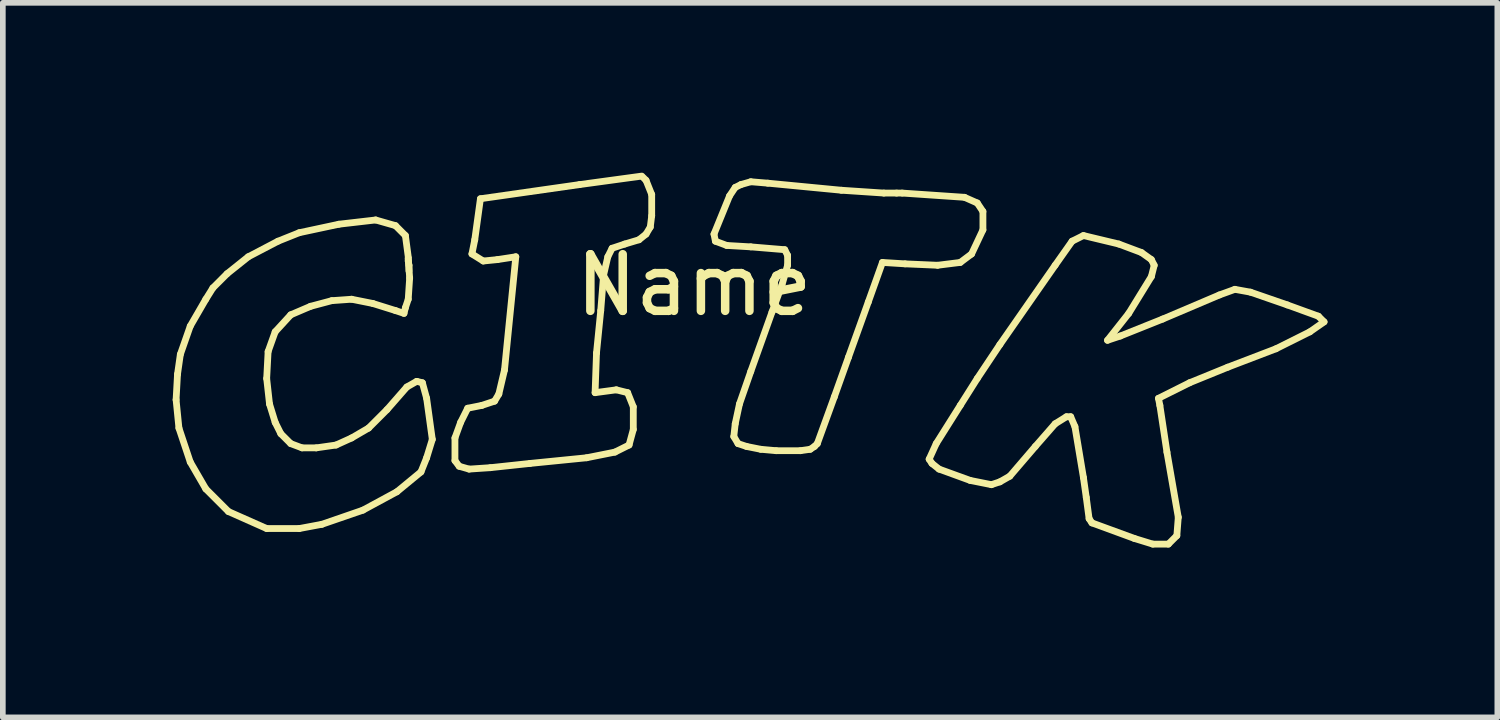
<source format=kicad_pcb>
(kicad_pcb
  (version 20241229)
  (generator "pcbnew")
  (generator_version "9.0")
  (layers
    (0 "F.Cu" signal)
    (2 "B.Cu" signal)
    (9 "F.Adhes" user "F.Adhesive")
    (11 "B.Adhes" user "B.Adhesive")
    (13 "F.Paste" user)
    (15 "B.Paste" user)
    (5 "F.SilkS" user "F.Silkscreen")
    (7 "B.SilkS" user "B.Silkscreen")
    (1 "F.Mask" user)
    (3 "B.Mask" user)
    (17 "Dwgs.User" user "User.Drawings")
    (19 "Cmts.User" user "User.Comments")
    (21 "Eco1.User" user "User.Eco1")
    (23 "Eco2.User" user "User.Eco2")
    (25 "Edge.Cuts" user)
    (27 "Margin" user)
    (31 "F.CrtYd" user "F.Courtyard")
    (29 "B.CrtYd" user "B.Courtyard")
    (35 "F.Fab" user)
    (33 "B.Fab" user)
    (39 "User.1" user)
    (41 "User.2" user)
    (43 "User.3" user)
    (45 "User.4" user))
  (footprint "Name"
    (layer "F.Cu")
    (at 9.21 2.485)
    (property "Reference" "Name" (at 0 -0.5 0) (unlocked yes) (layer "F.SilkS") (effects (font (size 1 1) (thickness 0.15))))
    (fp_poly (pts (xy -5.41 -1.35) (xy -5.284 -1.153) (xy -5.245 -0.786) (xy -5.243 -0.663) (xy -5.241 -0.182) (xy -5.592 -0.305) (xy -6.152 -0.397) (xy -6.716 -0.313) (xy -7.204 -0.071) (xy -7.343 0.048) (xy -7.541 0.268) (xy -7.649 0.479) (xy -7.693 0.764) (xy -7.701 1.139) (xy -7.645 1.764) (xy -7.47 2.201) (xy -7.17 2.462) (xy -6.81 2.553) (xy -6.299 2.499) (xy -5.794 2.239) (xy -5.322 1.818) (xy -4.929 1.401) (xy -4.848 1.941) (xy -4.823 2.312) (xy -4.9 2.598) (xy -5.109 2.841) (xy -5.482 3.082) (xy -5.871 3.278) (xy -6.594 3.536) (xy -7.266 3.605) (xy -7.857 3.485) (xy -8.079 3.374) (xy -8.426 3.053) (xy -8.728 2.562) (xy -8.736 2.545) (xy -8.971 1.804) (xy -8.993 1.086) (xy -8.817 0.416) (xy -8.459 -0.184) (xy -7.935 -0.691) (xy -7.259 -1.081) (xy -6.448 -1.332) (xy -6.101 -1.386) (xy -5.667 -1.415)) (stroke (width 0) (type solid)) (fill yes) (layer "F.Mask"))
    (fp_poly (pts (xy 1.362 -2.176) (xy 1.735 -2.137) (xy 2.23 -2.09) (xy 2.794 -2.039) (xy 3.373 -1.988) (xy 3.913 -1.944) (xy 4.36 -1.909) (xy 4.661 -1.89) (xy 4.741 -1.887) (xy 4.91 -1.805) (xy 4.919 -1.566) (xy 4.814 -1.274) (xy 4.725 -1.123) (xy 4.594 -1.041) (xy 4.357 -1.01) (xy 3.955 -1.011) (xy 3.945 -1.012) (xy 3.203 -1.028) (xy 2.607 0.631) (xy 2.011 2.29) (xy 1.617 2.309) (xy 1.269 2.301) (xy 0.982 2.253) (xy 0.981 2.252) (xy 0.891 2.215) (xy 0.842 2.15) (xy 0.84 2.023) (xy 0.891 1.803) (xy 1.003 1.454) (xy 1.183 0.946) (xy 1.338 0.516) (xy 1.576 -0.145) (xy 1.735 -0.621) (xy 1.807 -0.941) (xy 1.787 -1.139) (xy 1.668 -1.244) (xy 1.444 -1.287) (xy 1.108 -1.3) (xy 0.966 -1.303) (xy 0.669 -1.323) (xy 0.497 -1.359) (xy 0.479 -1.375) (xy 0.52 -1.511) (xy 0.619 -1.769) (xy 0.647 -1.838) (xy 0.76 -2.077) (xy 0.885 -2.186) (xy 1.101 -2.202)) (stroke (width 0) (type solid)) (fill yes) (layer "F.Mask"))
    (fp_poly (pts (xy -0.925 -2.129) (xy -0.894 -1.882) (xy -0.894 -1.835) (xy -0.918 -1.561) (xy -1.039 -1.431) (xy -1.282 -1.366) (xy -1.431 -1.337) (xy -1.541 -1.292) (xy -1.623 -1.198) (xy -1.684 -1.024) (xy -1.735 -0.738) (xy -1.784 -0.305) (xy -1.841 0.304) (xy -1.88 0.732) (xy -1.956 1.577) (xy -1.596 1.524) (xy -1.353 1.506) (xy -1.255 1.592) (xy -1.237 1.845) (xy -1.237 1.855) (xy -1.275 2.13) (xy -1.368 2.285) (xy -1.38 2.29) (xy -1.596 2.34) (xy -1.957 2.397) (xy -2.405 2.455) (xy -2.886 2.508) (xy -3.346 2.551) (xy -3.728 2.577) (xy -3.978 2.581) (xy -4.045 2.568) (xy -4.061 2.407) (xy -4.027 2.137) (xy -4.026 2.136) (xy -3.933 1.88) (xy -3.738 1.773) (xy -3.598 1.752) (xy -3.456 1.734) (xy -3.35 1.691) (xy -3.272 1.59) (xy -3.211 1.4) (xy -3.16 1.089) (xy -3.108 0.624) (xy -3.048 -0.026) (xy -3.025 -0.291) (xy -2.948 -1.155) (xy -3.35 -1.108) (xy -3.617 -1.088) (xy -3.713 -1.153) (xy -3.695 -1.362) (xy -3.68 -1.445) (xy -3.626 -1.71) (xy -3.59 -1.851) (xy -3.588 -1.855) (xy -3.476 -1.879) (xy -3.193 -1.925) (xy -2.794 -1.986) (xy -2.333 -2.054) (xy -1.867 -2.12) (xy -1.45 -2.177) (xy -1.138 -2.216) (xy -0.988 -2.23)) (stroke (width 0) (type solid)) (fill yes) (layer "F.Mask"))
    (fp_poly (pts (xy 7.226 -1.134) (xy 7.533 -1.043) (xy 7.808 -0.943) (xy 7.969 -0.858) (xy 7.981 -0.845) (xy 7.946 -0.714) (xy 7.801 -0.453) (xy 7.575 -0.114) (xy 7.522 -0.039) (xy 7.281 0.302) (xy 7.111 0.564) (xy 7.041 0.701) (xy 7.041 0.709) (xy 7.155 0.682) (xy 7.436 0.581) (xy 7.843 0.421) (xy 8.327 0.222) (xy 9.575 -0.302) (xy 10.233 -0.104) (xy 10.581 0.012) (xy 10.82 0.111) (xy 10.891 0.164) (xy 10.79 0.228) (xy 10.514 0.352) (xy 10.103 0.519) (xy 9.597 0.713) (xy 9.506 0.747) (xy 8.982 0.949) (xy 8.54 1.135) (xy 8.224 1.286) (xy 8.074 1.382) (xy 8.069 1.39) (xy 8.067 1.551) (xy 8.102 1.884) (xy 8.168 2.336) (xy 8.237 2.735) (xy 8.337 3.301) (xy 8.383 3.671) (xy 8.355 3.875) (xy 8.237 3.94) (xy 8.009 3.898) (xy 7.654 3.777) (xy 7.613 3.762) (xy 7.137 3.594) (xy 6.994 2.627) (xy 6.916 2.152) (xy 6.847 1.861) (xy 6.768 1.712) (xy 6.664 1.662) (xy 6.626 1.66) (xy 6.485 1.69) (xy 6.321 1.8) (xy 6.101 2.018) (xy 5.793 2.376) (xy 5.594 2.62) (xy 5.409 2.826) (xy 5.247 2.893) (xy 5.007 2.847) (xy 4.877 2.806) (xy 4.571 2.696) (xy 4.362 2.598) (xy 4.333 2.577) (xy 4.375 2.47) (xy 4.525 2.21) (xy 4.761 1.832) (xy 5.061 1.369) (xy 5.401 0.856) (xy 5.759 0.326) (xy 6.112 -0.185) (xy 6.437 -0.644) (xy 6.711 -1.016) (xy 6.844 -1.187) (xy 6.97 -1.19)) (stroke (width 0) (type solid)) (fill yes) (layer "F.Mask"))
    (fp_line (start -9.15 1.525) (end -9.1 2.025) (stroke (width 0.12) (type solid)) (layer "F.SilkS"))
    (fp_line (start -9.125 1.075) (end -9.15 1.525) (stroke (width 0.12) (type solid)) (layer "F.SilkS"))
    (fp_line (start -9.1 2.025) (end -8.9 2.625) (stroke (width 0.12) (type solid)) (layer "F.SilkS"))
    (fp_line (start -9.075 0.725) (end -9.125 1.075) (stroke (width 0.12) (type solid)) (layer "F.SilkS"))
    (fp_line (start -8.9 0.225) (end -9.075 0.725) (stroke (width 0.12) (type solid)) (layer "F.SilkS"))
    (fp_line (start -8.9 2.625) (end -8.625 3.1) (stroke (width 0.12) (type solid)) (layer "F.SilkS"))
    (fp_line (start -8.625 -0.25) (end -8.9 0.225) (stroke (width 0.12) (type solid)) (layer "F.SilkS"))
    (fp_line (start -8.625 3.1) (end -8.225 3.5) (stroke (width 0.12) (type solid)) (layer "F.SilkS"))
    (fp_line (start -8.5 -0.45) (end -8.625 -0.25) (stroke (width 0.12) (type solid)) (layer "F.SilkS"))
    (fp_line (start -8.25 -0.7) (end -8.5 -0.45) (stroke (width 0.12) (type solid)) (layer "F.SilkS"))
    (fp_line (start -8.225 3.5) (end -7.55 3.8) (stroke (width 0.12) (type solid)) (layer "F.SilkS"))
    (fp_line (start -7.875 -1) (end -8.25 -0.7) (stroke (width 0.12) (type solid)) (layer "F.SilkS"))
    (fp_line (start -7.55 1.15) (end -7.525 0.675) (stroke (width 0.12) (type solid)) (layer "F.SilkS"))
    (fp_line (start -7.55 3.8) (end -6.975 3.8) (stroke (width 0.12) (type solid)) (layer "F.SilkS"))
    (fp_line (start -7.525 0.675) (end -7.4 0.325) (stroke (width 0.12) (type solid)) (layer "F.SilkS"))
    (fp_line (start -7.5 1.6) (end -7.55 1.15) (stroke (width 0.12) (type solid)) (layer "F.SilkS"))
    (fp_line (start -7.4 0.325) (end -7.125 0.025) (stroke (width 0.12) (type solid)) (layer "F.SilkS"))
    (fp_line (start -7.4 1.925) (end -7.5 1.6) (stroke (width 0.12) (type solid)) (layer "F.SilkS"))
    (fp_line (start -7.35 -1.275) (end -7.875 -1) (stroke (width 0.12) (type solid)) (layer "F.SilkS"))
    (fp_line (start -7.3 2.125) (end -7.4 1.925) (stroke (width 0.12) (type solid)) (layer "F.SilkS"))
    (fp_line (start -7.125 0.025) (end -6.775 -0.125) (stroke (width 0.12) (type solid)) (layer "F.SilkS"))
    (fp_line (start -7.125 2.3) (end -7.3 2.125) (stroke (width 0.12) (type solid)) (layer "F.SilkS"))
    (fp_line (start -6.975 -1.425) (end -7.35 -1.275) (stroke (width 0.12) (type solid)) (layer "F.SilkS"))
    (fp_line (start -6.975 3.8) (end -6.575 3.725) (stroke (width 0.12) (type solid)) (layer "F.SilkS"))
    (fp_line (start -6.925 2.375) (end -7.125 2.3) (stroke (width 0.12) (type solid)) (layer "F.SilkS"))
    (fp_line (start -6.775 -0.125) (end -6.4 -0.225) (stroke (width 0.12) (type solid)) (layer "F.SilkS"))
    (fp_line (start -6.675 2.375) (end -6.925 2.375) (stroke (width 0.12) (type solid)) (layer "F.SilkS"))
    (fp_line (start -6.575 3.725) (end -5.85 3.475) (stroke (width 0.12) (type solid)) (layer "F.SilkS"))
    (fp_line (start -6.4 -0.225) (end -6.05 -0.25) (stroke (width 0.12) (type solid)) (layer "F.SilkS"))
    (fp_line (start -6.325 2.325) (end -6.675 2.375) (stroke (width 0.12) (type solid)) (layer "F.SilkS"))
    (fp_line (start -6.275 -1.575) (end -6.975 -1.425) (stroke (width 0.12) (type solid)) (layer "F.SilkS"))
    (fp_line (start -6.05 -0.25) (end -5.675 -0.175) (stroke (width 0.12) (type solid)) (layer "F.SilkS"))
    (fp_line (start -6.05 2.2) (end -6.325 2.325) (stroke (width 0.12) (type solid)) (layer "F.SilkS"))
    (fp_line (start -5.85 3.475) (end -5.25 3.15) (stroke (width 0.12) (type solid)) (layer "F.SilkS"))
    (fp_line (start -5.75 2.025) (end -6.05 2.2) (stroke (width 0.12) (type solid)) (layer "F.SilkS"))
    (fp_line (start -5.675 -0.175) (end -5.275 -0.05) (stroke (width 0.12) (type solid)) (layer "F.SilkS"))
    (fp_line (start -5.625 -1.65) (end -6.275 -1.575) (stroke (width 0.12) (type solid)) (layer "F.SilkS"))
    (fp_line (start -5.425 1.7) (end -5.75 2.025) (stroke (width 0.12) (type solid)) (layer "F.SilkS"))
    (fp_line (start -5.275 -1.55) (end -5.625 -1.65) (stroke (width 0.12) (type solid)) (layer "F.SilkS"))
    (fp_line (start -5.275 -0.05) (end -5.125 0) (stroke (width 0.12) (type solid)) (layer "F.SilkS"))
    (fp_line (start -5.25 3.15) (end -4.825 2.8) (stroke (width 0.12) (type solid)) (layer "F.SilkS"))
    (fp_line (start -5.125 0) (end -5.1 -0.1) (stroke (width 0.12) (type solid)) (layer "F.SilkS"))
    (fp_line (start -5.1 -1.375) (end -5.275 -1.55) (stroke (width 0.12) (type solid)) (layer "F.SilkS"))
    (fp_line (start -5.1 -0.1) (end -5.05 -0.25) (stroke (width 0.12) (type solid)) (layer "F.SilkS"))
    (fp_line (start -5.075 1.3) (end -5.425 1.7) (stroke (width 0.12) (type solid)) (layer "F.SilkS"))
    (fp_line (start -5.05 -1) (end -5.1 -1.375) (stroke (width 0.12) (type solid)) (layer "F.SilkS"))
    (fp_line (start -5.05 -0.975) (end -5.05 -0.925) (stroke (width 0.12) (type solid)) (layer "F.SilkS"))
    (fp_line (start -5.05 -0.925) (end -5.037 -0.85) (stroke (width 0.12) (type solid)) (layer "F.SilkS"))
    (fp_line (start -5.05 -0.25) (end -5.025 -0.625) (stroke (width 0.12) (type solid)) (layer "F.SilkS"))
    (fp_line (start -5.037 -0.85) (end -5.037 -0.75) (stroke (width 0.12) (type solid)) (layer "F.SilkS"))
    (fp_line (start -5.025 -0.625) (end -5.05 -0.975) (stroke (width 0.12) (type solid)) (layer "F.SilkS"))
    (fp_line (start -4.9 1.2) (end -5.075 1.3) (stroke (width 0.12) (type solid)) (layer "F.SilkS"))
    (fp_line (start -4.825 2.8) (end -4.725 2.55) (stroke (width 0.12) (type solid)) (layer "F.SilkS"))
    (fp_line (start -4.8 1.225) (end -4.9 1.2) (stroke (width 0.12) (type solid)) (layer "F.SilkS"))
    (fp_line (start -4.725 1.5) (end -4.8 1.225) (stroke (width 0.12) (type solid)) (layer "F.SilkS"))
    (fp_line (start -4.725 2.55) (end -4.625 2.225) (stroke (width 0.12) (type solid)) (layer "F.SilkS"))
    (fp_line (start -4.625 2.225) (end -4.725 1.5) (stroke (width 0.12) (type solid)) (layer "F.SilkS"))
    (fp_line (start -4.225 2.2) (end -4.225 2.6) (stroke (width 0.12) (type solid)) (layer "F.SilkS"))
    (fp_line (start -4.225 2.6) (end -4.15 2.7) (stroke (width 0.12) (type solid)) (layer "F.SilkS"))
    (fp_line (start -4.15 2.7) (end -3.975 2.75) (stroke (width 0.12) (type solid)) (layer "F.SilkS"))
    (fp_line (start -4.125 1.925) (end -4.225 2.2) (stroke (width 0.12) (type solid)) (layer "F.SilkS"))
    (fp_line (start -4 1.675) (end -4.125 1.925) (stroke (width 0.12) (type solid)) (layer "F.SilkS"))
    (fp_line (start -3.975 2.75) (end -3.6 2.725) (stroke (width 0.12) (type solid)) (layer "F.SilkS"))
    (fp_line (start -3.925 -1.05) (end -3.725 -0.925) (stroke (width 0.12) (type solid)) (layer "F.SilkS"))
    (fp_line (start -3.875 -1.3) (end -3.925 -1.05) (stroke (width 0.12) (type solid)) (layer "F.SilkS"))
    (fp_line (start -3.775 -2.025) (end -3.875 -1.3) (stroke (width 0.12) (type solid)) (layer "F.SilkS"))
    (fp_line (start -3.75 1.625) (end -4 1.675) (stroke (width 0.12) (type solid)) (layer "F.SilkS"))
    (fp_line (start -3.725 -0.925) (end -3.475 -0.95) (stroke (width 0.12) (type solid)) (layer "F.SilkS"))
    (fp_line (start -3.6 2.725) (end -2.9 2.65) (stroke (width 0.12) (type solid)) (layer "F.SilkS"))
    (fp_line (start -3.525 1.55) (end -3.75 1.625) (stroke (width 0.12) (type solid)) (layer "F.SilkS"))
    (fp_line (start -3.475 -0.95) (end -3.15 -1) (stroke (width 0.12) (type solid)) (layer "F.SilkS"))
    (fp_line (start -3.45 1.425) (end -3.525 1.55) (stroke (width 0.12) (type solid)) (layer "F.SilkS"))
    (fp_line (start -3.35 1) (end -3.45 1.425) (stroke (width 0.12) (type solid)) (layer "F.SilkS"))
    (fp_line (start -3.15 -1) (end -3.35 1) (stroke (width 0.12) (type solid)) (layer "F.SilkS"))
    (fp_line (start -2.9 2.65) (end -1.9 2.55) (stroke (width 0.12) (type solid)) (layer "F.SilkS"))
    (fp_line (start -2.025 -2.275) (end -3.775 -2.025) (stroke (width 0.12) (type solid)) (layer "F.SilkS"))
    (fp_line (start -1.9 2.55) (end -1.4 2.45) (stroke (width 0.12) (type solid)) (layer "F.SilkS"))
    (fp_line (start -1.75 1.4) (end -1.725 0.7) (stroke (width 0.12) (type solid)) (layer "F.SilkS"))
    (fp_line (start -1.725 0.7) (end -1.65 -0.05) (stroke (width 0.12) (type solid)) (layer "F.SilkS"))
    (fp_line (start -1.65 -0.05) (end -1.6 -0.675) (stroke (width 0.12) (type solid)) (layer "F.SilkS"))
    (fp_line (start -1.6 -0.675) (end -1.525 -1) (stroke (width 0.12) (type solid)) (layer "F.SilkS"))
    (fp_line (start -1.525 -1) (end -1.45 -1.15) (stroke (width 0.12) (type solid)) (layer "F.SilkS"))
    (fp_line (start -1.45 -1.15) (end -1.225 -1.225) (stroke (width 0.12) (type solid)) (layer "F.SilkS"))
    (fp_line (start -1.4 2.45) (end -1.15 2.325) (stroke (width 0.12) (type solid)) (layer "F.SilkS"))
    (fp_line (start -1.375 1.35) (end -1.75 1.4) (stroke (width 0.12) (type solid)) (layer "F.SilkS"))
    (fp_line (start -1.225 -1.225) (end -0.975 -1.3) (stroke (width 0.12) (type solid)) (layer "F.SilkS"))
    (fp_line (start -1.175 1.4) (end -1.375 1.35) (stroke (width 0.12) (type solid)) (layer "F.SilkS"))
    (fp_line (start -1.15 2.325) (end -1.075 2.05) (stroke (width 0.12) (type solid)) (layer "F.SilkS"))
    (fp_line (start -1.075 1.65) (end -1.175 1.4) (stroke (width 0.12) (type solid)) (layer "F.SilkS"))
    (fp_line (start -1.075 2.05) (end -1.075 1.65) (stroke (width 0.12) (type solid)) (layer "F.SilkS"))
    (fp_line (start -0.975 -1.3) (end -0.85 -1.4) (stroke (width 0.12) (type solid)) (layer "F.SilkS"))
    (fp_line (start -0.925 -2.425) (end -2.025 -2.275) (stroke (width 0.12) (type solid)) (layer "F.SilkS"))
    (fp_line (start -0.85 -2.35) (end -0.9 -2.4) (stroke (width 0.12) (type solid)) (layer "F.SilkS"))
    (fp_line (start -0.85 -1.4) (end -0.775 -1.525) (stroke (width 0.12) (type solid)) (layer "F.SilkS"))
    (fp_line (start -0.775 -1.525) (end -0.75 -1.725) (stroke (width 0.12) (type solid)) (layer "F.SilkS"))
    (fp_line (start -0.75 -2.1) (end -0.85 -2.35) (stroke (width 0.12) (type solid)) (layer "F.SilkS"))
    (fp_line (start -0.75 -1.725) (end -0.75 -2.1) (stroke (width 0.12) (type solid)) (layer "F.SilkS"))
    (fp_line (start 0.35 -1.4) (end 0.625 -2.075) (stroke (width 0.12) (type solid)) (layer "F.SilkS"))
    (fp_line (start 0.375 -1.275) (end 0.35 -1.4) (stroke (width 0.12) (type solid)) (layer "F.SilkS"))
    (fp_line (start 0.575 -1.2) (end 0.375 -1.275) (stroke (width 0.12) (type solid)) (layer "F.SilkS"))
    (fp_line (start 0.625 -2.075) (end 0.725 -2.225) (stroke (width 0.12) (type solid)) (layer "F.SilkS"))
    (fp_line (start 0.7 2.175) (end 0.725 1.95) (stroke (width 0.12) (type solid)) (layer "F.SilkS"))
    (fp_line (start 0.725 -2.225) (end 0.825 -2.275) (stroke (width 0.12) (type solid)) (layer "F.SilkS"))
    (fp_line (start 0.725 1.95) (end 0.8 1.6) (stroke (width 0.12) (type solid)) (layer "F.SilkS"))
    (fp_line (start 0.775 2.3) (end 0.7 2.175) (stroke (width 0.12) (type solid)) (layer "F.SilkS"))
    (fp_line (start 0.8 1.6) (end 1 1.025) (stroke (width 0.12) (type solid)) (layer "F.SilkS"))
    (fp_line (start 0.825 -2.275) (end 1 -2.325) (stroke (width 0.12) (type solid)) (layer "F.SilkS"))
    (fp_line (start 0.925 2.35) (end 0.775 2.3) (stroke (width 0.12) (type solid)) (layer "F.SilkS"))
    (fp_line (start 1 -2.325) (end 1.3 -2.3) (stroke (width 0.12) (type solid)) (layer "F.SilkS"))
    (fp_line (start 1 -1.175) (end 0.575 -1.2) (stroke (width 0.12) (type solid)) (layer "F.SilkS"))
    (fp_line (start 1 1.025) (end 1.375 -0.025) (stroke (width 0.12) (type solid)) (layer "F.SilkS"))
    (fp_line (start 1.175 2.4) (end 0.925 2.35) (stroke (width 0.12) (type solid)) (layer "F.SilkS"))
    (fp_line (start 1.3 -2.3) (end 2.6 -2.175) (stroke (width 0.12) (type solid)) (layer "F.SilkS"))
    (fp_line (start 1.375 -0.025) (end 1.55 -0.5) (stroke (width 0.12) (type solid)) (layer "F.SilkS"))
    (fp_line (start 1.45 2.425) (end 1.175 2.4) (stroke (width 0.12) (type solid)) (layer "F.SilkS"))
    (fp_line (start 1.55 -0.5) (end 1.65 -0.85) (stroke (width 0.12) (type solid)) (layer "F.SilkS"))
    (fp_line (start 1.6 -1.125) (end 1 -1.175) (stroke (width 0.12) (type solid)) (layer "F.SilkS"))
    (fp_line (start 1.65 -1.025) (end 1.6 -1.125) (stroke (width 0.12) (type solid)) (layer "F.SilkS"))
    (fp_line (start 1.65 -0.85) (end 1.65 -1.025) (stroke (width 0.12) (type solid)) (layer "F.SilkS"))
    (fp_line (start 1.875 2.425) (end 1.45 2.425) (stroke (width 0.12) (type solid)) (layer "F.SilkS"))
    (fp_line (start 2.05 2.4) (end 1.875 2.425) (stroke (width 0.12) (type solid)) (layer "F.SilkS"))
    (fp_line (start 2.125 2.35) (end 2.05 2.4) (stroke (width 0.12) (type solid)) (layer "F.SilkS"))
    (fp_line (start 2.175 2.3) (end 2.125 2.35) (stroke (width 0.12) (type solid)) (layer "F.SilkS"))
    (fp_line (start 2.475 1.475) (end 2.175 2.3) (stroke (width 0.12) (type solid)) (layer "F.SilkS"))
    (fp_line (start 2.6 -2.175) (end 3.35 -2.125) (stroke (width 0.12) (type solid)) (layer "F.SilkS"))
    (fp_line (start 2.725 0.775) (end 2.475 1.475) (stroke (width 0.12) (type solid)) (layer "F.SilkS"))
    (fp_line (start 3.075 -0.2) (end 2.725 0.775) (stroke (width 0.12) (type solid)) (layer "F.SilkS"))
    (fp_line (start 3.325 -0.9) (end 3.075 -0.2) (stroke (width 0.12) (type solid)) (layer "F.SilkS"))
    (fp_line (start 3.35 -2.125) (end 3.575 -2.125) (stroke (width 0.12) (type solid)) (layer "F.SilkS"))
    (fp_line (start 3.575 -2.125) (end 3.675 -2.125) (stroke (width 0.12) (type solid)) (layer "F.SilkS"))
    (fp_line (start 3.675 -2.125) (end 4.775 -2.05) (stroke (width 0.12) (type solid)) (layer "F.SilkS"))
    (fp_line (start 3.725 -0.875) (end 3.325 -0.9) (stroke (width 0.12) (type solid)) (layer "F.SilkS"))
    (fp_line (start 4.15 2.575) (end 4.2 2.65) (stroke (width 0.12) (type solid)) (layer "F.SilkS"))
    (fp_line (start 4.2 2.65) (end 4.325 2.75) (stroke (width 0.12) (type solid)) (layer "F.SilkS"))
    (fp_line (start 4.275 2.3) (end 4.15 2.575) (stroke (width 0.12) (type solid)) (layer "F.SilkS"))
    (fp_line (start 4.3 -0.85) (end 3.725 -0.875) (stroke (width 0.12) (type solid)) (layer "F.SilkS"))
    (fp_line (start 4.325 2.75) (end 4.875 2.95) (stroke (width 0.12) (type solid)) (layer "F.SilkS"))
    (fp_line (start 4.7 -0.9) (end 4.3 -0.85) (stroke (width 0.12) (type solid)) (layer "F.SilkS"))
    (fp_line (start 4.7 1.625) (end 4.275 2.3) (stroke (width 0.12) (type solid)) (layer "F.SilkS"))
    (fp_line (start 4.775 -2.05) (end 5 -1.95) (stroke (width 0.12) (type solid)) (layer "F.SilkS"))
    (fp_line (start 4.875 2.95) (end 5.25 3.025) (stroke (width 0.12) (type solid)) (layer "F.SilkS"))
    (fp_line (start 4.9 -1.05) (end 4.7 -0.9) (stroke (width 0.12) (type solid)) (layer "F.SilkS"))
    (fp_line (start 5 -1.95) (end 5.1 -1.8) (stroke (width 0.12) (type solid)) (layer "F.SilkS"))
    (fp_line (start 5 1.15) (end 4.7 1.625) (stroke (width 0.12) (type solid)) (layer "F.SilkS"))
    (fp_line (start 5.1 -1.8) (end 5.1 -1.475) (stroke (width 0.12) (type solid)) (layer "F.SilkS"))
    (fp_line (start 5.1 -1.475) (end 4.9 -1.05) (stroke (width 0.12) (type solid)) (layer "F.SilkS"))
    (fp_line (start 5.25 3.025) (end 5.4 2.975) (stroke (width 0.12) (type solid)) (layer "F.SilkS"))
    (fp_line (start 5.4 0.55) (end 5 1.15) (stroke (width 0.12) (type solid)) (layer "F.SilkS"))
    (fp_line (start 5.4 2.975) (end 5.575 2.875) (stroke (width 0.12) (type solid)) (layer "F.SilkS"))
    (fp_line (start 5.575 2.875) (end 6.025 2.35) (stroke (width 0.12) (type solid)) (layer "F.SilkS"))
    (fp_line (start 6.025 2.35) (end 6.375 1.95) (stroke (width 0.12) (type solid)) (layer "F.SilkS"))
    (fp_line (start 6.375 -0.85) (end 5.4 0.55) (stroke (width 0.12) (type solid)) (layer "F.SilkS"))
    (fp_line (start 6.375 1.95) (end 6.575 1.825) (stroke (width 0.12) (type solid)) (layer "F.SilkS"))
    (fp_line (start 6.575 1.825) (end 6.65 1.825) (stroke (width 0.12) (type solid)) (layer "F.SilkS"))
    (fp_line (start 6.65 1.825) (end 6.725 2) (stroke (width 0.12) (type solid)) (layer "F.SilkS"))
    (fp_line (start 6.675 -1.275) (end 6.375 -0.85) (stroke (width 0.12) (type solid)) (layer "F.SilkS"))
    (fp_line (start 6.725 2) (end 6.875 2.9) (stroke (width 0.12) (type solid)) (layer "F.SilkS"))
    (fp_line (start 6.875 -1.375) (end 6.675 -1.275) (stroke (width 0.12) (type solid)) (layer "F.SilkS"))
    (fp_line (start 6.875 2.9) (end 6.925 3.25) (stroke (width 0.12) (type solid)) (layer "F.SilkS"))
    (fp_line (start 6.925 3.25) (end 6.975 3.625) (stroke (width 0.12) (type solid)) (layer "F.SilkS"))
    (fp_line (start 6.975 3.625) (end 7.025 3.7) (stroke (width 0.12) (type solid)) (layer "F.SilkS"))
    (fp_line (start 7.025 3.7) (end 7.775 3.975) (stroke (width 0.12) (type solid)) (layer "F.SilkS"))
    (fp_line (start 7.3 0.475) (end 7.675 0) (stroke (width 0.12) (type solid)) (layer "F.SilkS"))
    (fp_line (start 7.5 -1.225) (end 6.875 -1.375) (stroke (width 0.12) (type solid)) (layer "F.SilkS"))
    (fp_line (start 7.525 0.4) (end 7.3 0.475) (stroke (width 0.12) (type solid)) (layer "F.SilkS"))
    (fp_line (start 7.675 0) (end 8.075 -0.65) (stroke (width 0.12) (type solid)) (layer "F.SilkS"))
    (fp_line (start 7.775 3.975) (end 8.1 4.075) (stroke (width 0.12) (type solid)) (layer "F.SilkS"))
    (fp_line (start 7.9 -1.075) (end 7.5 -1.225) (stroke (width 0.12) (type solid)) (layer "F.SilkS"))
    (fp_line (start 8.075 -0.95) (end 7.9 -1.075) (stroke (width 0.12) (type solid)) (layer "F.SilkS"))
    (fp_line (start 8.075 -0.65) (end 8.125 -0.85) (stroke (width 0.12) (type solid)) (layer "F.SilkS"))
    (fp_line (start 8.1 4.075) (end 8.375 4.075) (stroke (width 0.12) (type solid)) (layer "F.SilkS"))
    (fp_line (start 8.125 -0.85) (end 8.075 -0.95) (stroke (width 0.12) (type solid)) (layer "F.SilkS"))
    (fp_line (start 8.2 1.5) (end 8.75 1.225) (stroke (width 0.12) (type solid)) (layer "F.SilkS"))
    (fp_line (start 8.225 1.625) (end 8.2 1.5) (stroke (width 0.12) (type solid)) (layer "F.SilkS"))
    (fp_line (start 8.275 0.1) (end 7.525 0.4) (stroke (width 0.12) (type solid)) (layer "F.SilkS"))
    (fp_line (start 8.35 2.45) (end 8.225 1.625) (stroke (width 0.12) (type solid)) (layer "F.SilkS"))
    (fp_line (start 8.375 4.075) (end 8.525 3.925) (stroke (width 0.12) (type solid)) (layer "F.SilkS"))
    (fp_line (start 8.525 3.925) (end 8.55 3.6) (stroke (width 0.12) (type solid)) (layer "F.SilkS"))
    (fp_line (start 8.55 3.6) (end 8.35 2.45) (stroke (width 0.12) (type solid)) (layer "F.SilkS"))
    (fp_line (start 8.75 1.225) (end 9.425 0.95) (stroke (width 0.12) (type solid)) (layer "F.SilkS"))
    (fp_line (start 9.275 -0.325) (end 8.275 0.1) (stroke (width 0.12) (type solid)) (layer "F.SilkS"))
    (fp_line (start 9.425 0.95) (end 10.275 0.625) (stroke (width 0.12) (type solid)) (layer "F.SilkS"))
    (fp_line (start 9.55 -0.425) (end 9.275 -0.325) (stroke (width 0.12) (type solid)) (layer "F.SilkS"))
    (fp_line (start 9.825 -0.375) (end 9.55 -0.425) (stroke (width 0.12) (type solid)) (layer "F.SilkS"))
    (fp_line (start 10.275 0.625) (end 10.875 0.325) (stroke (width 0.12) (type solid)) (layer "F.SilkS"))
    (fp_line (start 10.475 -0.15) (end 9.825 -0.375) (stroke (width 0.12) (type solid)) (layer "F.SilkS"))
    (fp_line (start 10.875 0.325) (end 11.125 0.15) (stroke (width 0.12) (type solid)) (layer "F.SilkS"))
    (fp_line (start 11.025 0.05) (end 10.475 -0.15) (stroke (width 0.12) (type solid)) (layer "F.SilkS"))
    (fp_line (start 11.125 0.15) (end 11.025 0.05) (stroke (width 0.12) (type solid)) (layer "F.SilkS")))
  (gr_rect
    (start -3 -3)
    (end 23.395 9.62)
    (stroke (width 0.1) (type default))
    (fill no)
    (layer "Edge.Cuts")))
</source>
